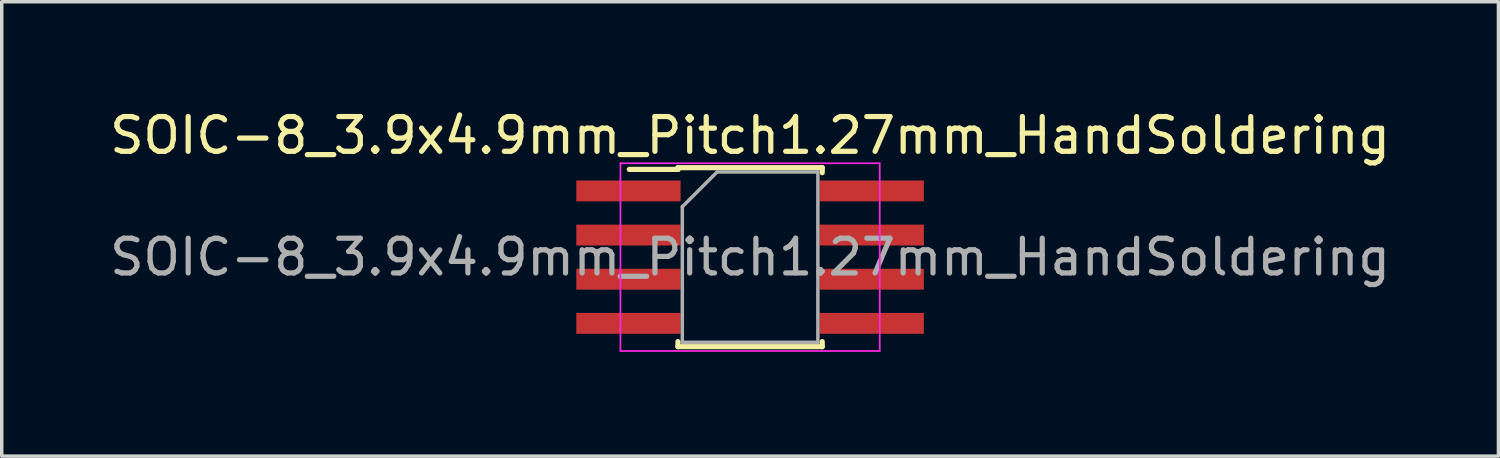
<source format=kicad_pcb>
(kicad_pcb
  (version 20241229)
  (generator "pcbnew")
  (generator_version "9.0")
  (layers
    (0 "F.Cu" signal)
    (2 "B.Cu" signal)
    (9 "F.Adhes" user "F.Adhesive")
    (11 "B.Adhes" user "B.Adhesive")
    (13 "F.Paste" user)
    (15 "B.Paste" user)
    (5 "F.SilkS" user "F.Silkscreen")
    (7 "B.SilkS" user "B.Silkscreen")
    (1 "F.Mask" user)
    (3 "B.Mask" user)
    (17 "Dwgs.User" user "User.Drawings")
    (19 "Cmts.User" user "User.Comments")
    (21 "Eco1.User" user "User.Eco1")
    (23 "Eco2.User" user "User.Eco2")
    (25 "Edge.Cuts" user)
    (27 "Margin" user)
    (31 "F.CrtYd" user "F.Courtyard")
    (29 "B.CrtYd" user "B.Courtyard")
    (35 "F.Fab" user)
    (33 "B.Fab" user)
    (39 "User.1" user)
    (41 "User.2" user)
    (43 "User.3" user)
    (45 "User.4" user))
  (footprint "SOIC-8_3.9x4.9mm_Pitch1.27mm_HandSoldering"
    (layer "F.Cu")
    (at 18.53 4.348)
    (property "Reference" "SOIC-8_3.9x4.9mm_Pitch1.27mm_HandSoldering" (at 0 -3.5 0) (layer "F.SilkS") (effects (font (size 1 1) (thickness 0.15))))
    (attr smd)
    (fp_line (start -2.075 -2.575) (end -2.075 -2.525) (stroke (width 0.15) (type solid)) (layer "F.SilkS"))
    (fp_line (start -2.075 -2.575) (end 2.075 -2.575) (stroke (width 0.15) (type solid)) (layer "F.SilkS"))
    (fp_line (start -2.075 -2.525) (end -3.475 -2.525) (stroke (width 0.15) (type solid)) (layer "F.SilkS"))
    (fp_line (start -2.075 2.575) (end -2.075 2.43) (stroke (width 0.15) (type solid)) (layer "F.SilkS"))
    (fp_line (start -2.075 2.575) (end 2.075 2.575) (stroke (width 0.15) (type solid)) (layer "F.SilkS"))
    (fp_line (start 2.075 -2.575) (end 2.075 -2.43) (stroke (width 0.15) (type solid)) (layer "F.SilkS"))
    (fp_line (start 2.075 2.575) (end 2.075 2.43) (stroke (width 0.15) (type solid)) (layer "F.SilkS"))
    (fp_line (start -3.73 -2.7) (end -3.73 2.7) (stroke (width 0.05) (type solid)) (layer "F.CrtYd"))
    (fp_line (start -3.73 -2.7) (end 3.73 -2.7) (stroke (width 0.05) (type solid)) (layer "F.CrtYd"))
    (fp_line (start -3.73 2.7) (end 3.73 2.7) (stroke (width 0.05) (type solid)) (layer "F.CrtYd"))
    (fp_line (start 3.73 -2.7) (end 3.73 2.7) (stroke (width 0.05) (type solid)) (layer "F.CrtYd"))
    (fp_line (start -1.95 -1.45) (end -0.95 -2.45) (stroke (width 0.1) (type solid)) (layer "F.Fab"))
    (fp_line (start -1.95 2.45) (end -1.95 -1.45) (stroke (width 0.1) (type solid)) (layer "F.Fab"))
    (fp_line (start -0.95 -2.45) (end 1.95 -2.45) (stroke (width 0.1) (type solid)) (layer "F.Fab"))
    (fp_line (start 1.95 -2.45) (end 1.95 2.45) (stroke (width 0.1) (type solid)) (layer "F.Fab"))
    (fp_line (start 1.95 2.45) (end -1.95 2.45) (stroke (width 0.1) (type solid)) (layer "F.Fab"))
    (fp_text user "${REFERENCE}" (at 0 0 0) (layer "F.Fab") (effects (font (size 1 1) (thickness 0.15))))
    (pad "1" smd rect (at -3.5 -1.905) (size 3 0.6) (layers "F.Cu" "F.Mask" "F.Paste"))
    (pad "2" smd rect (at -3.5 -0.635) (size 3 0.6) (layers "F.Cu" "F.Mask" "F.Paste"))
    (pad "3" smd rect (at -3.5 0.635) (size 3 0.6) (layers "F.Cu" "F.Mask" "F.Paste"))
    (pad "4" smd rect (at -3.5 1.905) (size 3 0.6) (layers "F.Cu" "F.Mask" "F.Paste"))
    (pad "5" smd rect (at 3.5 1.905) (size 3 0.6) (layers "F.Cu" "F.Mask" "F.Paste"))
    (pad "6" smd rect (at 3.5 0.635) (size 3 0.6) (layers "F.Cu" "F.Mask" "F.Paste"))
    (pad "7" smd rect (at 3.5 -0.635) (size 3 0.6) (layers "F.Cu" "F.Mask" "F.Paste"))
    (pad "8" smd rect (at 3.5 -1.905) (size 3 0.6) (layers "F.Cu" "F.Mask" "F.Paste")))
  (gr_rect
    (start -3 -3)
    (end 40.06 10.073)
    (stroke (width 0.1) (type default))
    (fill no)
    (layer "Edge.Cuts")))
</source>
